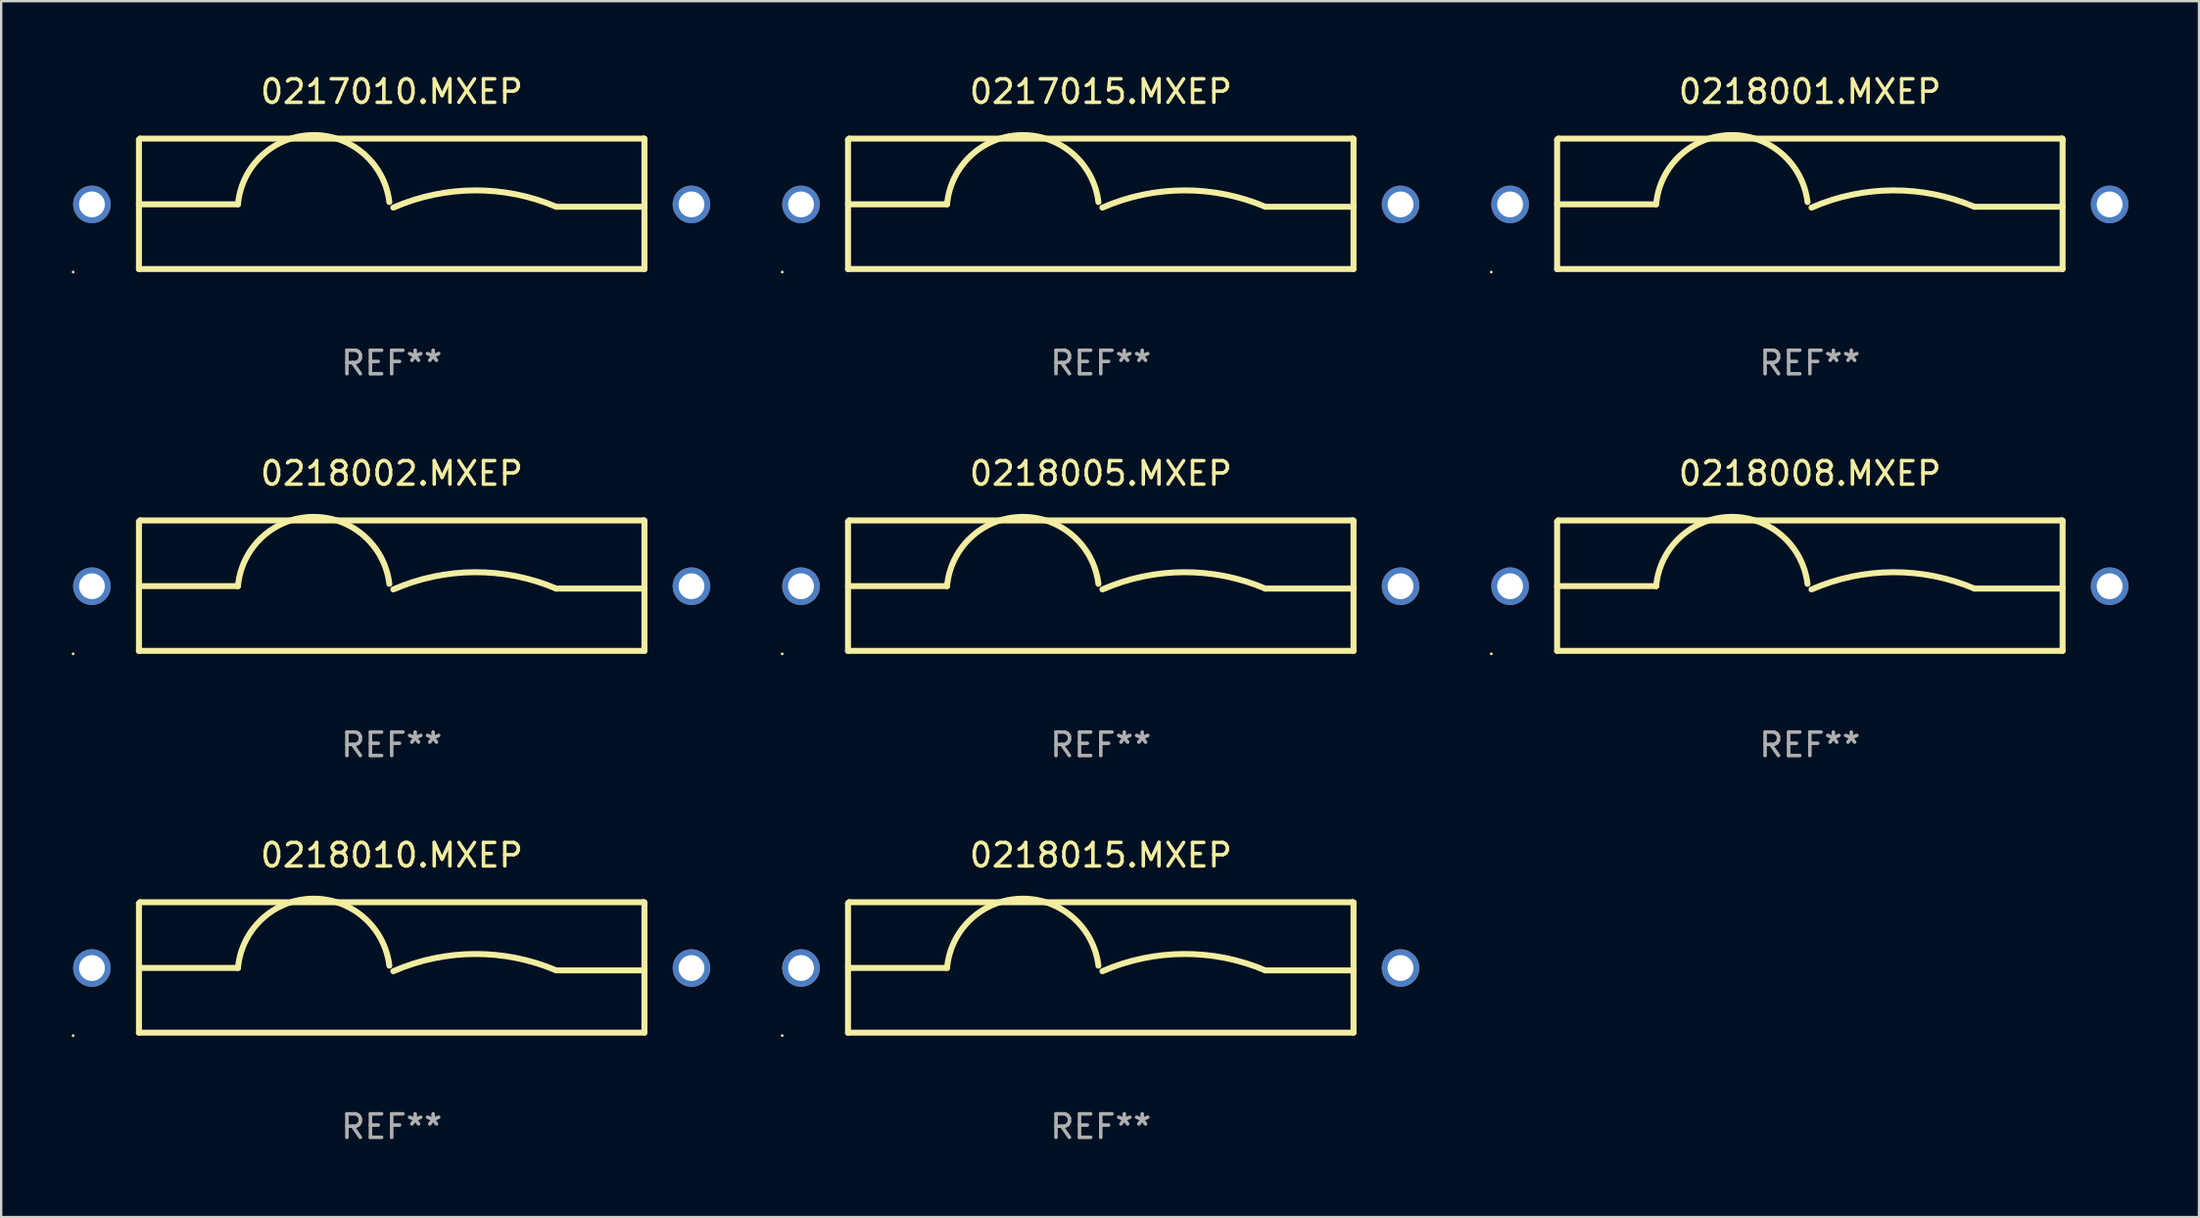
<source format=kicad_pcb>
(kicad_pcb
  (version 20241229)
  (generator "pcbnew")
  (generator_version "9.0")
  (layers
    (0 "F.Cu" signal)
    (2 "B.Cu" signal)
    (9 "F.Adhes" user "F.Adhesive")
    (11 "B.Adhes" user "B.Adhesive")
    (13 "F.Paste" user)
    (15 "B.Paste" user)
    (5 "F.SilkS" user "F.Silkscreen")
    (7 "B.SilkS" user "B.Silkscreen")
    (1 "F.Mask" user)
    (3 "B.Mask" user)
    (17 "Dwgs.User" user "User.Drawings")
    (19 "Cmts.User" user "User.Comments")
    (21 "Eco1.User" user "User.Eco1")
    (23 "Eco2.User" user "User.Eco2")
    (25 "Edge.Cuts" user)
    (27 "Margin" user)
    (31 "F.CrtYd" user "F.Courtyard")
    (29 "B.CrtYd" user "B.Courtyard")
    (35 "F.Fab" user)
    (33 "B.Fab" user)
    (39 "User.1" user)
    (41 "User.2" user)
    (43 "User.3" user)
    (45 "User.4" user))
  (footprint "0218010.MXEP"
    (layer "F.Cu")
    (at 13.61 38.116)
    (property "Reference" "0218010.MXEP" (at 0 -4.775 0) (layer "F.SilkS") (effects (font (size 1 1) (thickness 0.15))))
    (attr through_hole)
    (fp_line (start -10.75 -2.725) (end -10.7 -2.775) (stroke (width 0.254) (type solid)) (layer "F.SilkS"))
    (fp_line (start -10.75 2.775) (end -10.75 -2.725) (stroke (width 0.254) (type solid)) (layer "F.SilkS"))
    (fp_line (start -10.75 2.775) (end 10.75 2.775) (stroke (width 0.254) (type solid)) (layer "F.SilkS"))
    (fp_line (start -10.7 -2.775) (end 10.7 -2.775) (stroke (width 0.254) (type solid)) (layer "F.SilkS"))
    (fp_line (start -6.538 0.021) (end -10.75 0.021) (stroke (width 0.254) (type solid)) (layer "F.SilkS"))
    (fp_line (start 7 0.125) (end 10.75 0.125) (stroke (width 0.254) (type solid)) (layer "F.SilkS"))
    (fp_line (start 10.7 -2.775) (end 10.75 -2.725) (stroke (width 0.254) (type solid)) (layer "F.SilkS"))
    (fp_line (start 10.75 2.775) (end 10.75 -2.775) (stroke (width 0.254) (type solid)) (layer "F.SilkS"))
    (fp_arc (start -6.538277 0.020573) (mid -3.362163 -2.925392) (end -0.1 -0.075006) (stroke (width 0.254001) (type solid)) (layer "F.SilkS"))
    (fp_arc (start 0.069571 0.160528) (mid 3.531132 -0.572293) (end 7.000025 0.124994) (stroke (width 0.254001) (type solid)) (layer "F.SilkS"))
    (fp_circle (center -13.55 2.902) (end -13.52 2.902) (stroke (width 0.06) (type solid)) (fill no) (layer "F.SilkS"))
    (fp_text user "REF**" (at 0 6.775 0) (layer "F.Fab") (effects (font (size 1 1) (thickness 0.15))))
    (pad "1" thru_hole circle (at -12.75 0.025) (size 1.6 1.6) (drill 1.1) (layers "*.Cu" "*.Mask"))
    (pad "2" thru_hole circle (at 12.75 0.025) (size 1.6 1.6) (drill 1.1) (layers "*.Cu" "*.Mask")))
  (footprint "0218001.MXEP"
    (layer "F.Cu")
    (at 73.93 5.623)
    (property "Reference" "0218001.MXEP" (at 0 -4.775 0) (layer "F.SilkS") (effects (font (size 1 1) (thickness 0.15))))
    (attr through_hole)
    (fp_line (start -10.75 -2.725) (end -10.7 -2.775) (stroke (width 0.254) (type solid)) (layer "F.SilkS"))
    (fp_line (start -10.75 2.775) (end -10.75 -2.725) (stroke (width 0.254) (type solid)) (layer "F.SilkS"))
    (fp_line (start -10.75 2.775) (end 10.75 2.775) (stroke (width 0.254) (type solid)) (layer "F.SilkS"))
    (fp_line (start -10.7 -2.775) (end 10.7 -2.775) (stroke (width 0.254) (type solid)) (layer "F.SilkS"))
    (fp_line (start -6.538 0.021) (end -10.75 0.021) (stroke (width 0.254) (type solid)) (layer "F.SilkS"))
    (fp_line (start 7 0.125) (end 10.75 0.125) (stroke (width 0.254) (type solid)) (layer "F.SilkS"))
    (fp_line (start 10.7 -2.775) (end 10.75 -2.725) (stroke (width 0.254) (type solid)) (layer "F.SilkS"))
    (fp_line (start 10.75 2.775) (end 10.75 -2.775) (stroke (width 0.254) (type solid)) (layer "F.SilkS"))
    (fp_arc (start -6.538277 0.020573) (mid -3.362163 -2.925392) (end -0.1 -0.075006) (stroke (width 0.254001) (type solid)) (layer "F.SilkS"))
    (fp_arc (start 0.069571 0.160528) (mid 3.531132 -0.572293) (end 7.000025 0.124994) (stroke (width 0.254001) (type solid)) (layer "F.SilkS"))
    (fp_circle (center -13.55 2.902) (end -13.52 2.902) (stroke (width 0.06) (type solid)) (fill no) (layer "F.SilkS"))
    (fp_text user "REF**" (at 0 6.775 0) (layer "F.Fab") (effects (font (size 1 1) (thickness 0.15))))
    (pad "1" thru_hole circle (at -12.75 0.025) (size 1.6 1.6) (drill 1.1) (layers "*.Cu" "*.Mask"))
    (pad "2" thru_hole circle (at 12.75 0.025) (size 1.6 1.6) (drill 1.1) (layers "*.Cu" "*.Mask")))
  (footprint "0218005.MXEP"
    (layer "F.Cu")
    (at 43.77 21.87)
    (property "Reference" "0218005.MXEP" (at 0 -4.775 0) (layer "F.SilkS") (effects (font (size 1 1) (thickness 0.15))))
    (attr through_hole)
    (fp_line (start -10.75 -2.725) (end -10.7 -2.775) (stroke (width 0.254) (type solid)) (layer "F.SilkS"))
    (fp_line (start -10.75 2.775) (end -10.75 -2.725) (stroke (width 0.254) (type solid)) (layer "F.SilkS"))
    (fp_line (start -10.75 2.775) (end 10.75 2.775) (stroke (width 0.254) (type solid)) (layer "F.SilkS"))
    (fp_line (start -10.7 -2.775) (end 10.7 -2.775) (stroke (width 0.254) (type solid)) (layer "F.SilkS"))
    (fp_line (start -6.538 0.021) (end -10.75 0.021) (stroke (width 0.254) (type solid)) (layer "F.SilkS"))
    (fp_line (start 7 0.125) (end 10.75 0.125) (stroke (width 0.254) (type solid)) (layer "F.SilkS"))
    (fp_line (start 10.7 -2.775) (end 10.75 -2.725) (stroke (width 0.254) (type solid)) (layer "F.SilkS"))
    (fp_line (start 10.75 2.775) (end 10.75 -2.775) (stroke (width 0.254) (type solid)) (layer "F.SilkS"))
    (fp_arc (start -6.538277 0.020573) (mid -3.362163 -2.925392) (end -0.1 -0.075006) (stroke (width 0.254001) (type solid)) (layer "F.SilkS"))
    (fp_arc (start 0.069571 0.160528) (mid 3.531132 -0.572293) (end 7.000025 0.124994) (stroke (width 0.254001) (type solid)) (layer "F.SilkS"))
    (fp_circle (center -13.55 2.902) (end -13.52 2.902) (stroke (width 0.06) (type solid)) (fill no) (layer "F.SilkS"))
    (fp_text user "REF**" (at 0 6.775 0) (layer "F.Fab") (effects (font (size 1 1) (thickness 0.15))))
    (pad "1" thru_hole circle (at -12.75 0.025) (size 1.6 1.6) (drill 1.1) (layers "*.Cu" "*.Mask"))
    (pad "2" thru_hole circle (at 12.75 0.025) (size 1.6 1.6) (drill 1.1) (layers "*.Cu" "*.Mask")))
  (footprint "0217015.MXEP"
    (layer "F.Cu")
    (at 43.77 5.623)
    (property "Reference" "0217015.MXEP" (at 0 -4.775 0) (layer "F.SilkS") (effects (font (size 1 1) (thickness 0.15))))
    (attr through_hole)
    (fp_line (start -10.75 -2.725) (end -10.7 -2.775) (stroke (width 0.254) (type solid)) (layer "F.SilkS"))
    (fp_line (start -10.75 2.775) (end -10.75 -2.725) (stroke (width 0.254) (type solid)) (layer "F.SilkS"))
    (fp_line (start -10.75 2.775) (end 10.75 2.775) (stroke (width 0.254) (type solid)) (layer "F.SilkS"))
    (fp_line (start -10.7 -2.775) (end 10.7 -2.775) (stroke (width 0.254) (type solid)) (layer "F.SilkS"))
    (fp_line (start -6.538 0.021) (end -10.75 0.021) (stroke (width 0.254) (type solid)) (layer "F.SilkS"))
    (fp_line (start 7 0.125) (end 10.75 0.125) (stroke (width 0.254) (type solid)) (layer "F.SilkS"))
    (fp_line (start 10.7 -2.775) (end 10.75 -2.725) (stroke (width 0.254) (type solid)) (layer "F.SilkS"))
    (fp_line (start 10.75 2.775) (end 10.75 -2.775) (stroke (width 0.254) (type solid)) (layer "F.SilkS"))
    (fp_arc (start -6.538277 0.020573) (mid -3.362163 -2.925392) (end -0.1 -0.075006) (stroke (width 0.254001) (type solid)) (layer "F.SilkS"))
    (fp_arc (start 0.069571 0.160528) (mid 3.531132 -0.572293) (end 7.000025 0.124994) (stroke (width 0.254001) (type solid)) (layer "F.SilkS"))
    (fp_circle (center -13.55 2.902) (end -13.52 2.902) (stroke (width 0.06) (type solid)) (fill no) (layer "F.SilkS"))
    (fp_text user "REF**" (at 0 6.775 0) (layer "F.Fab") (effects (font (size 1 1) (thickness 0.15))))
    (pad "1" thru_hole circle (at -12.75 0.025) (size 1.6 1.6) (drill 1.1) (layers "*.Cu" "*.Mask"))
    (pad "2" thru_hole circle (at 12.75 0.025) (size 1.6 1.6) (drill 1.1) (layers "*.Cu" "*.Mask")))
  (footprint "0218015.MXEP"
    (layer "F.Cu")
    (at 43.77 38.116)
    (property "Reference" "0218015.MXEP" (at 0 -4.775 0) (layer "F.SilkS") (effects (font (size 1 1) (thickness 0.15))))
    (attr through_hole)
    (fp_line (start -10.75 -2.725) (end -10.7 -2.775) (stroke (width 0.254) (type solid)) (layer "F.SilkS"))
    (fp_line (start -10.75 2.775) (end -10.75 -2.725) (stroke (width 0.254) (type solid)) (layer "F.SilkS"))
    (fp_line (start -10.75 2.775) (end 10.75 2.775) (stroke (width 0.254) (type solid)) (layer "F.SilkS"))
    (fp_line (start -10.7 -2.775) (end 10.7 -2.775) (stroke (width 0.254) (type solid)) (layer "F.SilkS"))
    (fp_line (start -6.538 0.021) (end -10.75 0.021) (stroke (width 0.254) (type solid)) (layer "F.SilkS"))
    (fp_line (start 7 0.125) (end 10.75 0.125) (stroke (width 0.254) (type solid)) (layer "F.SilkS"))
    (fp_line (start 10.7 -2.775) (end 10.75 -2.725) (stroke (width 0.254) (type solid)) (layer "F.SilkS"))
    (fp_line (start 10.75 2.775) (end 10.75 -2.775) (stroke (width 0.254) (type solid)) (layer "F.SilkS"))
    (fp_arc (start -6.538277 0.020573) (mid -3.362163 -2.925392) (end -0.1 -0.075006) (stroke (width 0.254001) (type solid)) (layer "F.SilkS"))
    (fp_arc (start 0.069571 0.160528) (mid 3.531132 -0.572293) (end 7.000025 0.124994) (stroke (width 0.254001) (type solid)) (layer "F.SilkS"))
    (fp_circle (center -13.55 2.902) (end -13.52 2.902) (stroke (width 0.06) (type solid)) (fill no) (layer "F.SilkS"))
    (fp_text user "REF**" (at 0 6.775 0) (layer "F.Fab") (effects (font (size 1 1) (thickness 0.15))))
    (pad "1" thru_hole circle (at -12.75 0.025) (size 1.6 1.6) (drill 1.1) (layers "*.Cu" "*.Mask"))
    (pad "2" thru_hole circle (at 12.75 0.025) (size 1.6 1.6) (drill 1.1) (layers "*.Cu" "*.Mask")))
  (footprint "0218008.MXEP"
    (layer "F.Cu")
    (at 73.93 21.87)
    (property "Reference" "0218008.MXEP" (at 0 -4.775 0) (layer "F.SilkS") (effects (font (size 1 1) (thickness 0.15))))
    (attr through_hole)
    (fp_line (start -10.75 -2.725) (end -10.7 -2.775) (stroke (width 0.254) (type solid)) (layer "F.SilkS"))
    (fp_line (start -10.75 2.775) (end -10.75 -2.725) (stroke (width 0.254) (type solid)) (layer "F.SilkS"))
    (fp_line (start -10.75 2.775) (end 10.75 2.775) (stroke (width 0.254) (type solid)) (layer "F.SilkS"))
    (fp_line (start -10.7 -2.775) (end 10.7 -2.775) (stroke (width 0.254) (type solid)) (layer "F.SilkS"))
    (fp_line (start -6.538 0.021) (end -10.75 0.021) (stroke (width 0.254) (type solid)) (layer "F.SilkS"))
    (fp_line (start 7 0.125) (end 10.75 0.125) (stroke (width 0.254) (type solid)) (layer "F.SilkS"))
    (fp_line (start 10.7 -2.775) (end 10.75 -2.725) (stroke (width 0.254) (type solid)) (layer "F.SilkS"))
    (fp_line (start 10.75 2.775) (end 10.75 -2.775) (stroke (width 0.254) (type solid)) (layer "F.SilkS"))
    (fp_arc (start -6.538277 0.020573) (mid -3.362163 -2.925392) (end -0.1 -0.075006) (stroke (width 0.254001) (type solid)) (layer "F.SilkS"))
    (fp_arc (start 0.069571 0.160528) (mid 3.531132 -0.572293) (end 7.000025 0.124994) (stroke (width 0.254001) (type solid)) (layer "F.SilkS"))
    (fp_circle (center -13.55 2.902) (end -13.52 2.902) (stroke (width 0.06) (type solid)) (fill no) (layer "F.SilkS"))
    (fp_text user "REF**" (at 0 6.775 0) (layer "F.Fab") (effects (font (size 1 1) (thickness 0.15))))
    (pad "1" thru_hole circle (at -12.75 0.025) (size 1.6 1.6) (drill 1.1) (layers "*.Cu" "*.Mask"))
    (pad "2" thru_hole circle (at 12.75 0.025) (size 1.6 1.6) (drill 1.1) (layers "*.Cu" "*.Mask")))
  (footprint "0217010.MXEP"
    (layer "F.Cu")
    (at 13.61 5.623)
    (property "Reference" "0217010.MXEP" (at 0 -4.775 0) (layer "F.SilkS") (effects (font (size 1 1) (thickness 0.15))))
    (attr through_hole)
    (fp_line (start -10.75 -2.725) (end -10.7 -2.775) (stroke (width 0.254) (type solid)) (layer "F.SilkS"))
    (fp_line (start -10.75 2.775) (end -10.75 -2.725) (stroke (width 0.254) (type solid)) (layer "F.SilkS"))
    (fp_line (start -10.75 2.775) (end 10.75 2.775) (stroke (width 0.254) (type solid)) (layer "F.SilkS"))
    (fp_line (start -10.7 -2.775) (end 10.7 -2.775) (stroke (width 0.254) (type solid)) (layer "F.SilkS"))
    (fp_line (start -6.538 0.021) (end -10.75 0.021) (stroke (width 0.254) (type solid)) (layer "F.SilkS"))
    (fp_line (start 7 0.125) (end 10.75 0.125) (stroke (width 0.254) (type solid)) (layer "F.SilkS"))
    (fp_line (start 10.7 -2.775) (end 10.75 -2.725) (stroke (width 0.254) (type solid)) (layer "F.SilkS"))
    (fp_line (start 10.75 2.775) (end 10.75 -2.775) (stroke (width 0.254) (type solid)) (layer "F.SilkS"))
    (fp_arc (start -6.538277 0.020573) (mid -3.362163 -2.925392) (end -0.1 -0.075006) (stroke (width 0.254001) (type solid)) (layer "F.SilkS"))
    (fp_arc (start 0.069571 0.160528) (mid 3.531132 -0.572293) (end 7.000025 0.124994) (stroke (width 0.254001) (type solid)) (layer "F.SilkS"))
    (fp_circle (center -13.55 2.902) (end -13.52 2.902) (stroke (width 0.06) (type solid)) (fill no) (layer "F.SilkS"))
    (fp_text user "REF**" (at 0 6.775 0) (layer "F.Fab") (effects (font (size 1 1) (thickness 0.15))))
    (pad "1" thru_hole circle (at -12.75 0.025) (size 1.6 1.6) (drill 1.1) (layers "*.Cu" "*.Mask"))
    (pad "2" thru_hole circle (at 12.75 0.025) (size 1.6 1.6) (drill 1.1) (layers "*.Cu" "*.Mask")))
  (footprint "0218002.MXEP"
    (layer "F.Cu")
    (at 13.61 21.87)
    (property "Reference" "0218002.MXEP" (at 0 -4.775 0) (layer "F.SilkS") (effects (font (size 1 1) (thickness 0.15))))
    (attr through_hole)
    (fp_line (start -10.75 -2.725) (end -10.7 -2.775) (stroke (width 0.254) (type solid)) (layer "F.SilkS"))
    (fp_line (start -10.75 2.775) (end -10.75 -2.725) (stroke (width 0.254) (type solid)) (layer "F.SilkS"))
    (fp_line (start -10.75 2.775) (end 10.75 2.775) (stroke (width 0.254) (type solid)) (layer "F.SilkS"))
    (fp_line (start -10.7 -2.775) (end 10.7 -2.775) (stroke (width 0.254) (type solid)) (layer "F.SilkS"))
    (fp_line (start -6.538 0.021) (end -10.75 0.021) (stroke (width 0.254) (type solid)) (layer "F.SilkS"))
    (fp_line (start 7 0.125) (end 10.75 0.125) (stroke (width 0.254) (type solid)) (layer "F.SilkS"))
    (fp_line (start 10.7 -2.775) (end 10.75 -2.725) (stroke (width 0.254) (type solid)) (layer "F.SilkS"))
    (fp_line (start 10.75 2.775) (end 10.75 -2.775) (stroke (width 0.254) (type solid)) (layer "F.SilkS"))
    (fp_arc (start -6.538277 0.020573) (mid -3.362163 -2.925392) (end -0.1 -0.075006) (stroke (width 0.254001) (type solid)) (layer "F.SilkS"))
    (fp_arc (start 0.069571 0.160528) (mid 3.531132 -0.572293) (end 7.000025 0.124994) (stroke (width 0.254001) (type solid)) (layer "F.SilkS"))
    (fp_circle (center -13.55 2.902) (end -13.52 2.902) (stroke (width 0.06) (type solid)) (fill no) (layer "F.SilkS"))
    (fp_text user "REF**" (at 0 6.775 0) (layer "F.Fab") (effects (font (size 1 1) (thickness 0.15))))
    (pad "1" thru_hole circle (at -12.75 0.025) (size 1.6 1.6) (drill 1.1) (layers "*.Cu" "*.Mask"))
    (pad "2" thru_hole circle (at 12.75 0.025) (size 1.6 1.6) (drill 1.1) (layers "*.Cu" "*.Mask")))
  (gr_rect
    (start -3 -3)
    (end 90.48 48.74)
    (stroke (width 0.1) (type default))
    (fill no)
    (layer "Edge.Cuts")))
</source>
